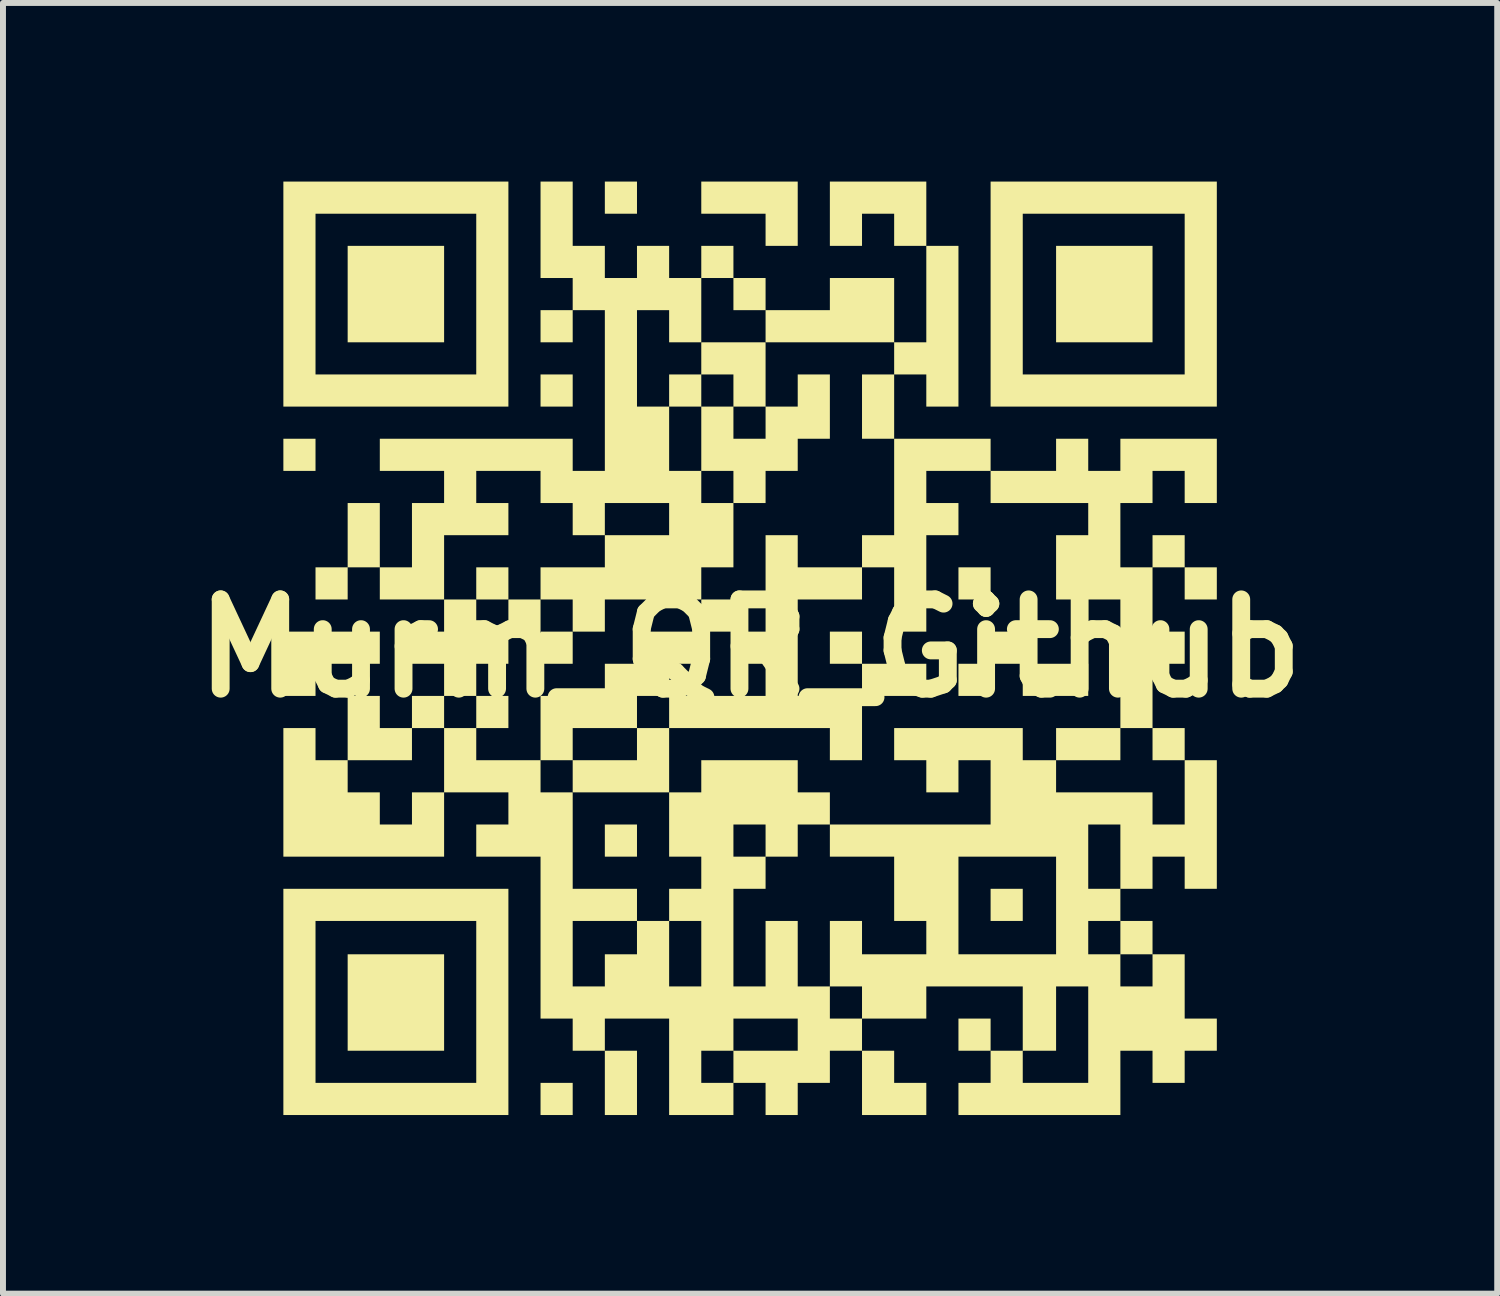
<source format=kicad_pcb>
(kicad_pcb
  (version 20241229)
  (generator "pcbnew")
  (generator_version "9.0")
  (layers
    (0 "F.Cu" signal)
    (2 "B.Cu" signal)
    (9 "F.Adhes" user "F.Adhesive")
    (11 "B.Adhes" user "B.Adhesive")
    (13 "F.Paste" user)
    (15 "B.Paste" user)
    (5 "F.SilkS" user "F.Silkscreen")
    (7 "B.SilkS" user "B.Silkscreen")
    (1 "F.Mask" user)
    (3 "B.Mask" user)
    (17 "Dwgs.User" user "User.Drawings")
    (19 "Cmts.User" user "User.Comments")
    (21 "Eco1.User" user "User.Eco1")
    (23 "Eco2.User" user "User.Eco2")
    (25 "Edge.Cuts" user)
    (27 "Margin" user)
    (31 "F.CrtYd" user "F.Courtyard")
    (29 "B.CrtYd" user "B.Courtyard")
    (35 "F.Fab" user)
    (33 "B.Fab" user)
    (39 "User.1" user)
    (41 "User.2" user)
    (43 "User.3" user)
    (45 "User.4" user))
  (footprint "Murm_QR_Github"
    (layer "F.Cu")
    (at 9.55 7.84)
    (property "Reference" "Murm_QR_Github" (at 0 0 0) (layer "F.SilkS") (effects (font (size 1.5 1.5) (thickness 0.3))))
    (attr board_only exclude_from_pos_files exclude_from_bom)
    (fp_poly (pts (xy -7.3 -3.25) (xy -7.3 -2.98) (xy -7.57 -2.98) (xy -7.84 -2.98) (xy -7.84 -3.25) (xy -7.84 -3.52) (xy -7.57 -3.52) (xy -7.3 -3.52)) (stroke (width 0) (type solid)) (fill yes) (layer "F.SilkS"))
    (fp_poly (pts (xy -5.14 -5.95) (xy -5.14 -5.14) (xy -5.95 -5.14) (xy -6.76 -5.14) (xy -6.76 -5.95) (xy -6.76 -6.76) (xy -5.95 -6.76) (xy -5.14 -6.76)) (stroke (width 0) (type solid)) (fill yes) (layer "F.SilkS"))
    (fp_poly (pts (xy -5.14 5.95) (xy -5.14 6.76) (xy -5.95 6.76) (xy -6.76 6.76) (xy -6.76 5.95) (xy -6.76 5.14) (xy -5.95 5.14) (xy -5.14 5.14)) (stroke (width 0) (type solid)) (fill yes) (layer "F.SilkS"))
    (fp_poly (pts (xy -4.06 -1.09) (xy -4.06 -0.82) (xy -4.33 -0.82) (xy -4.6 -0.82) (xy -4.6 -1.09) (xy -4.6 -1.36) (xy -4.33 -1.36) (xy -4.06 -1.36)) (stroke (width 0) (type solid)) (fill yes) (layer "F.SilkS"))
    (fp_poly (pts (xy -4.06 1.07) (xy -4.06 1.34) (xy -4.33 1.34) (xy -4.6 1.34) (xy -4.6 1.07) (xy -4.6 0.8) (xy -4.33 0.8) (xy -4.06 0.8)) (stroke (width 0) (type solid)) (fill yes) (layer "F.SilkS"))
    (fp_poly (pts (xy -3.52 -0.55) (xy -3.52 -0.28) (xy -3.79 -0.28) (xy -4.06 -0.28) (xy -4.06 -0.55) (xy -4.06 -0.82) (xy -3.79 -0.82) (xy -3.52 -0.82)) (stroke (width 0) (type solid)) (fill yes) (layer "F.SilkS"))
    (fp_poly (pts (xy -2.98 -4.33) (xy -2.98 -4.06) (xy -3.25 -4.06) (xy -3.52 -4.06) (xy -3.52 -4.33) (xy -3.52 -4.6) (xy -3.25 -4.6) (xy -2.98 -4.6)) (stroke (width 0) (type solid)) (fill yes) (layer "F.SilkS"))
    (fp_poly (pts (xy -2.98 -0.01) (xy -2.98 0.26) (xy -3.25 0.26) (xy -3.52 0.26) (xy -3.52 -0.01) (xy -3.52 -0.28) (xy -3.25 -0.28) (xy -2.98 -0.28)) (stroke (width 0) (type solid)) (fill yes) (layer "F.SilkS"))
    (fp_poly (pts (xy -2.98 7.57) (xy -2.98 7.84) (xy -3.25 7.84) (xy -3.52 7.84) (xy -3.52 7.57) (xy -3.52 7.3) (xy -3.25 7.3) (xy -2.98 7.3)) (stroke (width 0) (type solid)) (fill yes) (layer "F.SilkS"))
    (fp_poly (pts (xy -1.9 -7.57) (xy -1.9 -7.3) (xy -2.17 -7.3) (xy -2.44 -7.3) (xy -2.44 -7.57) (xy -2.44 -7.84) (xy -2.17 -7.84) (xy -1.9 -7.84)) (stroke (width 0) (type solid)) (fill yes) (layer "F.SilkS"))
    (fp_poly (pts (xy -1.9 3.23) (xy -1.9 3.5) (xy -2.17 3.5) (xy -2.44 3.5) (xy -2.44 3.23) (xy -2.44 2.96) (xy -2.17 2.96) (xy -1.9 2.96)) (stroke (width 0) (type solid)) (fill yes) (layer "F.SilkS"))
    (fp_poly (pts (xy -1.9 7.3) (xy -1.9 7.84) (xy -2.17 7.84) (xy -2.44 7.84) (xy -2.44 7.3) (xy -2.44 6.76) (xy -2.17 6.76) (xy -1.9 6.76)) (stroke (width 0) (type solid)) (fill yes) (layer "F.SilkS"))
    (fp_poly (pts (xy 1.88 -0.01) (xy 1.88 0.26) (xy 1.61 0.26) (xy 1.34 0.26) (xy 1.34 -0.01) (xy 1.34 -0.28) (xy 1.61 -0.28) (xy 1.88 -0.28)) (stroke (width 0) (type solid)) (fill yes) (layer "F.SilkS"))
    (fp_poly (pts (xy 4.04 -1.09) (xy 4.04 -0.82) (xy 3.77 -0.82) (xy 3.5 -0.82) (xy 3.5 -1.09) (xy 3.5 -1.36) (xy 3.77 -1.36) (xy 4.04 -1.36)) (stroke (width 0) (type solid)) (fill yes) (layer "F.SilkS"))
    (fp_poly (pts (xy 4.58 4.31) (xy 4.58 4.58) (xy 4.31 4.58) (xy 4.04 4.58) (xy 4.04 4.31) (xy 4.04 4.04) (xy 4.31 4.04) (xy 4.58 4.04)) (stroke (width 0) (type solid)) (fill yes) (layer "F.SilkS"))
    (fp_poly (pts (xy 5.68 0.53) (xy 5.68 0.8) (xy 5.13 0.8) (xy 4.58 0.8) (xy 4.58 0.53) (xy 4.58 0.26) (xy 5.13 0.26) (xy 5.68 0.26)) (stroke (width 0) (type solid)) (fill yes) (layer "F.SilkS"))
    (fp_poly (pts (xy 6.22 1.61) (xy 6.22 1.88) (xy 5.68 1.88) (xy 5.14 1.88) (xy 5.14 1.61) (xy 5.14 1.34) (xy 5.68 1.34) (xy 6.22 1.34)) (stroke (width 0) (type solid)) (fill yes) (layer "F.SilkS"))
    (fp_poly (pts (xy 6.76 -5.95) (xy 6.76 -5.14) (xy 5.95 -5.14) (xy 5.14 -5.14) (xy 5.14 -5.95) (xy 5.14 -6.76) (xy 5.95 -6.76) (xy 6.76 -6.76)) (stroke (width 0) (type solid)) (fill yes) (layer "F.SilkS"))
    (fp_poly (pts (xy 7.3 1.61) (xy 7.3 1.88) (xy 7.03 1.88) (xy 6.76 1.88) (xy 6.76 1.61) (xy 6.76 1.34) (xy 7.03 1.34) (xy 7.3 1.34)) (stroke (width 0) (type solid)) (fill yes) (layer "F.SilkS"))
    (fp_poly (pts (xy 7.84 -1.09) (xy 7.84 -0.82) (xy 7.57 -0.82) (xy 7.3 -0.82) (xy 7.3 -1.09) (xy 7.3 -1.36) (xy 7.57 -1.36) (xy 7.84 -1.36)) (stroke (width 0) (type solid)) (fill yes) (layer "F.SilkS"))
    (fp_poly (pts (xy -6.22 -0.01) (xy -6.22 0.26) (xy -6.76 0.26) (xy -7.3 0.26) (xy -7.3 0.53) (xy -7.3 0.8) (xy -7.57 0.8) (xy -7.84 0.8) (xy -7.84 0.26) (xy -7.84 -0.28) (xy -7.03 -0.28) (xy -6.22 -0.28)) (stroke (width 0) (type solid)) (fill yes) (layer "F.SilkS"))
    (fp_poly (pts (xy 0.8 -7.3) (xy 0.8 -6.76) (xy 0.53 -6.76) (xy 0.26 -6.76) (xy 0.26 -7.03) (xy 0.26 -7.3) (xy -0.28 -7.3) (xy -0.82 -7.3) (xy -0.82 -7.57) (xy -0.82 -7.84) (xy -0.01 -7.84) (xy 0.8 -7.84)) (stroke (width 0) (type solid)) (fill yes) (layer "F.SilkS"))
    (fp_poly (pts (xy 2.42 7.03) (xy 2.42 7.3) (xy 2.69 7.3) (xy 2.96 7.3) (xy 2.96 7.57) (xy 2.96 7.84) (xy 2.42 7.84) (xy 1.88 7.84) (xy 1.88 7.3) (xy 1.88 6.76) (xy 2.15 6.76) (xy 2.42 6.76)) (stroke (width 0) (type solid)) (fill yes) (layer "F.SilkS"))
    (fp_poly (pts (xy 2.96 -7.3) (xy 2.96 -6.76) (xy 2.69 -6.76) (xy 2.42 -6.76) (xy 2.42 -7.03) (xy 2.42 -7.3) (xy 2.15 -7.3) (xy 1.88 -7.3) (xy 1.88 -7.03) (xy 1.88 -6.76) (xy 1.61 -6.76) (xy 1.34 -6.76) (xy 1.34 -7.3) (xy 1.34 -7.84) (xy 2.15 -7.84) (xy 2.96 -7.84)) (stroke (width 0) (type solid)) (fill yes) (layer "F.SilkS"))
    (fp_poly (pts (xy 4.58 -0.01) (xy 4.58 0.26) (xy 4.31 0.26) (xy 4.04 0.26) (xy 4.04 0.53) (xy 4.04 0.8) (xy 3.77 0.8) (xy 3.5 0.8) (xy 3.5 0.53) (xy 3.5 0.26) (xy 3.77 0.26) (xy 4.04 0.26) (xy 4.04 -0.01) (xy 4.04 -0.28) (xy 4.31 -0.28) (xy 4.58 -0.28)) (stroke (width 0) (type solid)) (fill yes) (layer "F.SilkS"))
    (fp_poly (pts (xy -4.06 -5.95) (xy -4.06 -4.06) (xy -5.95 -4.06) (xy -7.84 -4.06) (xy -7.84 -5.95) (xy -7.3 -5.95) (xy -7.3 -4.6) (xy -5.95 -4.6) (xy -4.6 -4.6) (xy -4.6 -5.95) (xy -4.6 -7.3) (xy -5.95 -7.3) (xy -7.3 -7.3) (xy -7.3 -5.95) (xy -7.84 -5.95) (xy -7.84 -7.84) (xy -5.95 -7.84) (xy -4.06 -7.84)) (stroke (width 0) (type solid)) (fill yes) (layer "F.SilkS"))
    (fp_poly (pts (xy -4.06 5.94) (xy -4.06 7.84) (xy -5.95 7.84) (xy -7.84 7.84) (xy -7.84 5.94) (xy -7.3 5.94) (xy -7.3 7.3) (xy -5.95 7.3) (xy -4.6 7.3) (xy -4.6 5.94) (xy -4.6 4.58) (xy -5.95 4.58) (xy -7.3 4.58) (xy -7.3 5.94) (xy -7.84 5.94) (xy -7.84 4.04) (xy -5.95 4.04) (xy -4.06 4.04)) (stroke (width 0) (type solid)) (fill yes) (layer "F.SilkS"))
    (fp_poly (pts (xy 7.84 -5.95) (xy 7.84 -4.06) (xy 5.94 -4.06) (xy 4.04 -4.06) (xy 4.04 -5.95) (xy 4.58 -5.95) (xy 4.58 -4.6) (xy 5.94 -4.6) (xy 7.3 -4.6) (xy 7.3 -5.95) (xy 7.3 -7.3) (xy 5.94 -7.3) (xy 4.58 -7.3) (xy 4.58 -5.95) (xy 4.04 -5.95) (xy 4.04 -7.84) (xy 5.94 -7.84) (xy 7.84 -7.84)) (stroke (width 0) (type solid)) (fill yes) (layer "F.SilkS"))
    (fp_poly (pts (xy 3.5 -5.41) (xy 3.5 -4.06) (xy 3.23 -4.06) (xy 2.96 -4.06) (xy 2.96 -4.33) (xy 2.96 -4.6) (xy 2.69 -4.6) (xy 2.42 -4.6) (xy 2.42 -4.06) (xy 2.42 -3.52) (xy 2.15 -3.52) (xy 1.88 -3.52) (xy 1.88 -4.06) (xy 1.88 -4.6) (xy 2.15 -4.6) (xy 2.42 -4.6) (xy 2.42 -4.87) (xy 2.42 -5.14) (xy 1.34 -5.14) (xy 0.26 -5.14) (xy 0.26 -5.41) (xy 0.26 -5.68) (xy -0.01 -5.68) (xy -0.28 -5.68) (xy -0.28 -5.95) (xy -0.28 -6.22) (xy -0.01 -6.22) (xy 0.26 -6.22) (xy 0.26 -5.95) (xy 0.26 -5.68) (xy 0.8 -5.68) (xy 1.34 -5.68) (xy 1.34 -5.95) (xy 1.34 -6.22) (xy 1.88 -6.22) (xy 2.42 -6.22) (xy 2.42 -5.68) (xy 2.42 -5.14) (xy 2.69 -5.14) (xy 2.96 -5.14) (xy 2.96 -5.95) (xy 2.96 -6.76) (xy 3.23 -6.76) (xy 3.5 -6.76)) (stroke (width 0) (type solid)) (fill yes) (layer "F.SilkS"))
    (fp_poly (pts (xy 0.26 -4.6) (xy 0.26 -4.06) (xy 0.53 -4.06) (xy 0.8 -4.06) (xy 0.8 -4.33) (xy 0.8 -4.6) (xy 1.07 -4.6) (xy 1.34 -4.6) (xy 1.34 -4.06) (xy 1.34 -3.52) (xy 1.07 -3.52) (xy 0.8 -3.52) (xy 0.8 -3.25) (xy 0.8 -2.98) (xy 0.53 -2.98) (xy 0.26 -2.98) (xy 0.26 -2.71) (xy 0.26 -2.44) (xy -0.01 -2.44) (xy -0.28 -2.44) (xy -0.28 -2.71) (xy -0.28 -2.98) (xy -0.55 -2.98) (xy -0.82 -2.98) (xy -0.82 -3.52) (xy -0.82 -3.79) (xy -0.28 -3.79) (xy -0.28 -3.52) (xy -0.01 -3.52) (xy 0.26 -3.52) (xy 0.26 -3.79) (xy 0.26 -4.06) (xy -0.01 -4.06) (xy -0.28 -4.06) (xy -0.28 -3.79) (xy -0.82 -3.79) (xy -0.82 -4.06) (xy -1.09 -4.06) (xy -1.36 -4.06) (xy -1.36 -4.33) (xy -0.82 -4.33) (xy -0.82 -4.06) (xy -0.55 -4.06) (xy -0.28 -4.06) (xy -0.28 -4.33) (xy -0.28 -4.6) (xy -0.55 -4.6) (xy -0.82 -4.6) (xy -0.82 -4.33) (xy -1.36 -4.33) (xy -1.36 -4.6) (xy -1.09 -4.6) (xy -0.82 -4.6) (xy -0.82 -4.87) (xy -0.82 -5.14) (xy -0.28 -5.14) (xy 0.26 -5.14)) (stroke (width 0) (type solid)) (fill yes) (layer "F.SilkS"))
    (fp_poly (pts (xy 4.04 -3.25) (xy 4.04 -2.98) (xy 4.59 -2.98) (xy 5.14 -2.98) (xy 5.14 -3.25) (xy 5.14 -3.52) (xy 5.41 -3.52) (xy 5.68 -3.52) (xy 5.68 -3.25) (xy 5.68 -2.98) (xy 5.95 -2.98) (xy 6.22 -2.98) (xy 6.22 -3.25) (xy 6.22 -3.52) (xy 7.03 -3.52) (xy 7.84 -3.52) (xy 7.84 -2.98) (xy 7.84 -2.44) (xy 7.57 -2.44) (xy 7.3 -2.44) (xy 7.3 -2.71) (xy 7.3 -2.98) (xy 7.03 -2.98) (xy 6.76 -2.98) (xy 6.76 -2.71) (xy 6.76 -2.44) (xy 6.49 -2.44) (xy 6.22 -2.44) (xy 6.22 -1.9) (xy 6.22 -1.36) (xy 6.49 -1.36) (xy 6.76 -1.36) (xy 6.76 -1.63) (xy 6.76 -1.9) (xy 7.03 -1.9) (xy 7.3 -1.9) (xy 7.3 -1.63) (xy 7.3 -1.36) (xy 7.03 -1.36) (xy 6.76 -1.36) (xy 6.76 -0.82) (xy 6.76 -0.28) (xy 7.03 -0.28) (xy 7.3 -0.28) (xy 7.3 -0.01) (xy 7.3 0.26) (xy 7.03 0.26) (xy 6.76 0.26) (xy 6.76 0.8) (xy 6.76 1.34) (xy 6.49 1.34) (xy 6.22 1.34) (xy 6.22 0.26) (xy 6.22 -0.82) (xy 5.68 -0.82) (xy 5.14 -0.82) (xy 5.14 -1.36) (xy 5.14 -1.9) (xy 5.41 -1.9) (xy 5.68 -1.9) (xy 5.68 -2.17) (xy 5.68 -2.44) (xy 4.86 -2.44) (xy 4.04 -2.44) (xy 4.04 -2.71) (xy 4.04 -2.98) (xy 3.5 -2.98) (xy 2.96 -2.98) (xy 2.96 -2.71) (xy 2.96 -2.44) (xy 3.23 -2.44) (xy 3.5 -2.44) (xy 3.5 -2.17) (xy 3.5 -1.9) (xy 3.23 -1.9) (xy 2.96 -1.9) (xy 2.96 -1.09) (xy 2.96 -0.28) (xy 2.69 -0.28) (xy 2.42 -0.28) (xy 2.42 -0.82) (xy 2.42 -1.36) (xy 2.15 -1.36) (xy 1.88 -1.36) (xy 1.88 -1.63) (xy 1.88 -1.9) (xy 2.15 -1.9) (xy 2.42 -1.9) (xy 2.42 -2.71) (xy 2.42 -3.52) (xy 3.23 -3.52) (xy 4.04 -3.52)) (stroke (width 0) (type solid)) (fill yes) (layer "F.SilkS"))
    (fp_poly (pts (xy 0.8 -1.63) (xy 0.8 -1.36) (xy 1.34 -1.36) (xy 1.88 -1.36) (xy 1.88 -1.09) (xy 1.88 -0.82) (xy 1.34 -0.82) (xy 0.8 -0.82) (xy 0.8 -0.01) (xy 0.8 0.8) (xy 1.34 0.8) (xy 1.88 0.8) (xy 1.88 0.53) (xy 1.88 0.26) (xy 2.42 0.26) (xy 2.96 0.26) (xy 2.96 0.53) (xy 2.96 0.8) (xy 2.42 0.8) (xy 1.88 0.8) (xy 1.88 1.34) (xy 1.88 1.88) (xy 1.61 1.88) (xy 1.34 1.88) (xy 1.34 1.61) (xy 1.34 1.34) (xy -0.01 1.34) (xy -1.36 1.34) (xy -1.36 1.88) (xy -1.36 2.42) (xy -2.17 2.42) (xy -2.98 2.42) (xy -2.98 2.15) (xy -2.98 1.88) (xy -3.25 1.88) (xy -3.52 1.88) (xy -3.52 1.34) (xy -2.98 1.34) (xy -2.98 1.61) (xy -2.98 1.88) (xy -2.44 1.88) (xy -1.9 1.88) (xy -1.9 1.61) (xy -1.9 1.34) (xy -1.63 1.34) (xy -1.36 1.34) (xy -1.36 1.07) (xy -1.36 0.8) (xy -0.55 0.8) (xy 0.26 0.8) (xy 0.26 0.53) (xy 0.26 0.26) (xy -0.01 0.26) (xy -0.28 0.26) (xy -0.28 -0.01) (xy -0.28 -0.28) (xy -0.55 -0.28) (xy -0.82 -0.28) (xy -0.82 -0.01) (xy -0.82 0.26) (xy -1.09 0.26) (xy -1.36 0.26) (xy -1.36 0.53) (xy -1.36 0.8) (xy -1.63 0.8) (xy -1.9 0.8) (xy -1.9 1.07) (xy -1.9 1.34) (xy -2.44 1.34) (xy -2.98 1.34) (xy -3.52 1.34) (xy -3.52 0.8) (xy -2.98 0.8) (xy -2.44 0.8) (xy -2.44 0.53) (xy -2.44 0.26) (xy -2.17 0.26) (xy -1.9 0.26) (xy -1.9 -0.01) (xy -1.9 -0.28) (xy -1.36 -0.28) (xy -0.82 -0.28) (xy -0.82 -0.55) (xy -0.82 -0.82) (xy -0.55 -0.82) (xy -0.28 -0.82) (xy -0.28 -0.55) (xy -0.28 -0.28) (xy -0.01 -0.28) (xy 0.26 -0.28) (xy 0.26 -1.09) (xy 0.26 -1.9) (xy 0.53 -1.9) (xy 0.8 -1.9)) (stroke (width 0) (type solid)) (fill yes) (layer "F.SilkS"))
    (fp_poly (pts (xy -2.98 -7.3) (xy -2.98 -6.76) (xy -2.71 -6.76) (xy -2.44 -6.76) (xy -2.44 -6.49) (xy -2.44 -6.22) (xy -2.17 -6.22) (xy -1.9 -6.22) (xy -1.9 -6.49) (xy -1.9 -6.76) (xy -1.63 -6.76) (xy -1.36 -6.76) (xy -1.36 -6.49) (xy -1.36 -6.22) (xy -1.09 -6.22) (xy -0.82 -6.22) (xy -0.82 -6.49) (xy -0.82 -6.76) (xy -0.55 -6.76) (xy -0.28 -6.76) (xy -0.28 -6.49) (xy -0.28 -6.22) (xy -0.55 -6.22) (xy -0.82 -6.22) (xy -0.82 -5.68) (xy -0.82 -5.14) (xy -1.09 -5.14) (xy -1.36 -5.14) (xy -1.36 -5.41) (xy -1.36 -5.68) (xy -1.63 -5.68) (xy -1.9 -5.68) (xy -1.9 -4.87) (xy -1.9 -4.06) (xy -1.63 -4.06) (xy -1.36 -4.06) (xy -1.36 -3.52) (xy -1.36 -2.98) (xy -1.09 -2.98) (xy -0.82 -2.98) (xy -0.82 -2.71) (xy -0.82 -2.44) (xy -0.55 -2.44) (xy -0.28 -2.44) (xy -0.28 -1.9) (xy -0.28 -1.36) (xy -0.55 -1.36) (xy -0.82 -1.36) (xy -0.82 -1.09) (xy -0.82 -0.82) (xy -1.63 -0.82) (xy -2.44 -0.82) (xy -2.44 -0.55) (xy -2.44 -0.28) (xy -2.71 -0.28) (xy -2.98 -0.28) (xy -2.98 -0.55) (xy -2.98 -0.82) (xy -3.25 -0.82) (xy -3.52 -0.82) (xy -3.52 -1.09) (xy -3.52 -1.36) (xy -2.98 -1.36) (xy -2.44 -1.36) (xy -2.44 -1.63) (xy -2.44 -1.9) (xy -1.9 -1.9) (xy -1.36 -1.9) (xy -1.36 -2.17) (xy -1.36 -2.44) (xy -1.9 -2.44) (xy -2.44 -2.44) (xy -2.44 -2.17) (xy -2.44 -1.9) (xy -2.71 -1.9) (xy -2.98 -1.9) (xy -2.98 -2.17) (xy -2.98 -2.44) (xy -3.25 -2.44) (xy -3.52 -2.44) (xy -3.52 -2.71) (xy -3.52 -2.98) (xy -4.06 -2.98) (xy -4.6 -2.98) (xy -4.6 -2.71) (xy -4.6 -2.44) (xy -4.33 -2.44) (xy -4.06 -2.44) (xy -4.06 -2.17) (xy -4.06 -1.9) (xy -4.6 -1.9) (xy -5.14 -1.9) (xy -5.14 -1.36) (xy -5.14 -0.82) (xy -5.68 -0.82) (xy -6.22 -0.82) (xy -6.22 -1.09) (xy -6.22 -1.36) (xy -6.49 -1.36) (xy -6.76 -1.36) (xy -6.76 -1.09) (xy -6.76 -0.82) (xy -7.03 -0.82) (xy -7.3 -0.82) (xy -7.3 -1.09) (xy -7.3 -1.36) (xy -7.03 -1.36) (xy -6.76 -1.36) (xy -6.76 -1.9) (xy -6.76 -2.44) (xy -6.49 -2.44) (xy -6.22 -2.44) (xy -6.22 -1.9) (xy -6.22 -1.36) (xy -5.95 -1.36) (xy -5.68 -1.36) (xy -5.68 -1.9) (xy -5.68 -2.44) (xy -5.41 -2.44) (xy -5.14 -2.44) (xy -5.14 -2.71) (xy -5.14 -2.98) (xy -5.68 -2.98) (xy -6.22 -2.98) (xy -6.22 -3.25) (xy -6.22 -3.52) (xy -4.6 -3.52) (xy -2.98 -3.52) (xy -2.98 -3.25) (xy -2.98 -2.98) (xy -2.71 -2.98) (xy -2.44 -2.98) (xy -2.44 -4.33) (xy -2.44 -5.68) (xy -2.71 -5.68) (xy -2.98 -5.68) (xy -2.98 -5.41) (xy -2.98 -5.14) (xy -3.25 -5.14) (xy -3.52 -5.14) (xy -3.52 -5.41) (xy -3.52 -5.68) (xy -3.25 -5.68) (xy -2.98 -5.68) (xy -2.98 -5.95) (xy -2.98 -6.22) (xy -3.25 -6.22) (xy -3.52 -6.22) (xy -3.52 -7.03) (xy -3.52 -7.84) (xy -3.25 -7.84) (xy -2.98 -7.84)) (stroke (width 0) (type solid)) (fill yes) (layer "F.SilkS"))
    (fp_poly (pts (xy -4.6 -0.55) (xy -4.6 -0.28) (xy -4.33 -0.28) (xy -4.06 -0.28) (xy -4.06 -0.01) (xy -4.06 0.26) (xy -4.33 0.26) (xy -4.6 0.26) (xy -4.6 0.53) (xy -4.6 0.8) (xy -4.87 0.8) (xy -5.14 0.8) (xy -5.14 1.07) (xy -5.14 1.34) (xy -5.41 1.34) (xy -5.68 1.34) (xy -5.68 1.61) (xy -5.68 1.88) (xy -6.22 1.88) (xy -6.76 1.88) (xy -6.76 2.15) (xy -6.76 2.42) (xy -6.49 2.42) (xy -6.22 2.42) (xy -6.22 2.69) (xy -6.22 2.96) (xy -5.95 2.96) (xy -5.68 2.96) (xy -5.68 2.69) (xy -5.68 2.42) (xy -5.41 2.42) (xy -5.14 2.42) (xy -5.14 1.88) (xy -5.14 1.34) (xy -4.87 1.34) (xy -4.6 1.34) (xy -4.6 1.61) (xy -4.6 1.88) (xy -4.06 1.88) (xy -3.52 1.88) (xy -3.52 2.15) (xy -3.52 2.42) (xy -3.25 2.42) (xy -2.98 2.42) (xy -2.98 3.23) (xy -2.98 4.04) (xy -2.44 4.04) (xy -1.9 4.04) (xy -1.9 4.31) (xy -1.9 4.58) (xy -2.44 4.58) (xy -2.98 4.58) (xy -2.98 5.13) (xy -2.98 5.68) (xy -2.71 5.68) (xy -2.44 5.68) (xy -2.44 5.41) (xy -2.44 5.14) (xy -2.17 5.14) (xy -1.9 5.14) (xy -1.9 5.13) (xy -1.36 5.13) (xy -1.36 5.68) (xy -1.09 5.68) (xy -0.82 5.68) (xy -0.82 5.13) (xy -0.82 4.58) (xy -1.09 4.58) (xy -1.36 4.58) (xy -1.36 5.13) (xy -1.9 5.13) (xy -1.9 4.86) (xy -1.9 4.58) (xy -1.63 4.58) (xy -1.36 4.58) (xy -1.36 4.31) (xy -1.36 4.04) (xy -1.09 4.04) (xy -0.82 4.04) (xy -0.82 3.77) (xy -0.82 3.5) (xy -1.09 3.5) (xy -1.36 3.5) (xy -1.36 2.96) (xy -1.36 2.42) (xy -1.09 2.42) (xy -0.82 2.42) (xy -0.82 2.15) (xy -0.82 1.88) (xy -0.01 1.88) (xy 0.8 1.88) (xy 0.8 2.15) (xy 0.8 2.42) (xy 1.07 2.42) (xy 1.34 2.42) (xy 1.34 2.69) (xy 1.34 2.96) (xy 1.07 2.96) (xy 0.8 2.96) (xy 0.8 3.23) (xy 0.8 3.5) (xy 0.53 3.5) (xy 0.26 3.5) (xy 0.26 3.23) (xy 0.26 2.96) (xy -0.01 2.96) (xy -0.28 2.96) (xy -0.28 3.23) (xy -0.28 3.5) (xy -0.01 3.5) (xy 0.26 3.5) (xy 0.26 3.77) (xy 0.26 4.04) (xy -0.01 4.04) (xy -0.28 4.04) (xy -0.28 4.86) (xy -0.28 5.68) (xy -0.01 5.68) (xy 0.26 5.68) (xy 0.26 5.13) (xy 0.26 4.58) (xy 0.53 4.58) (xy 0.8 4.58) (xy 0.8 5.13) (xy 0.8 5.68) (xy 1.07 5.68) (xy 1.34 5.68) (xy 1.34 5.13) (xy 1.34 4.58) (xy 1.61 4.58) (xy 1.88 4.58) (xy 1.88 4.86) (xy 1.88 5.14) (xy 2.42 5.14) (xy 2.96 5.14) (xy 2.96 4.86) (xy 2.96 4.58) (xy 2.69 4.58) (xy 2.42 4.58) (xy 2.42 4.32) (xy 3.5 4.32) (xy 3.5 5.14) (xy 4.32 5.14) (xy 5.14 5.14) (xy 5.14 4.32) (xy 5.14 3.5) (xy 5.68 3.5) (xy 5.68 4.04) (xy 5.95 4.04) (xy 6.22 4.04) (xy 6.22 3.5) (xy 6.22 2.96) (xy 5.95 2.96) (xy 5.68 2.96) (xy 5.68 3.5) (xy 5.14 3.5) (xy 4.32 3.5) (xy 3.5 3.5) (xy 3.5 4.32) (xy 2.42 4.32) (xy 2.42 4.04) (xy 2.42 3.5) (xy 1.88 3.5) (xy 1.34 3.5) (xy 1.34 3.23) (xy 1.34 2.96) (xy 2.69 2.96) (xy 4.04 2.96) (xy 4.04 2.42) (xy 4.04 1.88) (xy 3.77 1.88) (xy 3.5 1.88) (xy 3.5 2.15) (xy 3.5 2.42) (xy 3.23 2.42) (xy 2.96 2.42) (xy 2.96 2.15) (xy 2.96 1.88) (xy 2.69 1.88) (xy 2.42 1.88) (xy 2.42 1.61) (xy 2.42 1.34) (xy 3.5 1.34) (xy 4.58 1.34) (xy 4.58 1.61) (xy 4.58 1.88) (xy 4.86 1.88) (xy 5.14 1.88) (xy 5.14 2.15) (xy 5.14 2.42) (xy 5.95 2.42) (xy 6.76 2.42) (xy 6.76 2.69) (xy 6.76 2.96) (xy 7.03 2.96) (xy 7.3 2.96) (xy 7.3 2.42) (xy 7.3 1.88) (xy 7.57 1.88) (xy 7.84 1.88) (xy 7.84 2.96) (xy 7.84 4.04) (xy 7.57 4.04) (xy 7.3 4.04) (xy 7.3 3.77) (xy 7.3 3.5) (xy 7.03 3.5) (xy 6.76 3.5) (xy 6.76 3.77) (xy 6.76 4.04) (xy 6.49 4.04) (xy 6.22 4.04) (xy 6.22 4.31) (xy 6.22 4.58) (xy 5.95 4.58) (xy 5.68 4.58) (xy 5.68 4.86) (xy 5.68 5.14) (xy 5.95 5.14) (xy 6.22 5.14) (xy 6.22 4.86) (xy 6.22 4.58) (xy 6.49 4.58) (xy 6.76 4.58) (xy 6.76 4.86) (xy 6.76 5.14) (xy 6.49 5.14) (xy 6.22 5.14) (xy 6.22 5.41) (xy 6.22 5.68) (xy 6.49 5.68) (xy 6.76 5.68) (xy 6.76 5.41) (xy 6.76 5.14) (xy 7.03 5.14) (xy 7.3 5.14) (xy 7.3 5.68) (xy 7.3 6.22) (xy 7.57 6.22) (xy 7.84 6.22) (xy 7.84 6.49) (xy 7.84 6.76) (xy 7.57 6.76) (xy 7.3 6.76) (xy 7.3 7.03) (xy 7.3 7.3) (xy 7.03 7.3) (xy 6.76 7.3) (xy 6.76 7.03) (xy 6.76 6.76) (xy 6.49 6.76) (xy 6.22 6.76) (xy 6.22 7.3) (xy 6.22 7.84) (xy 4.86 7.84) (xy 3.5 7.84) (xy 3.5 7.57) (xy 3.5 7.3) (xy 3.77 7.3) (xy 4.04 7.3) (xy 4.04 7.03) (xy 4.04 6.76) (xy 3.77 6.76) (xy 3.5 6.76) (xy 3.5 6.49) (xy 3.5 6.22) (xy 3.77 6.22) (xy 4.04 6.22) (xy 4.04 6.49) (xy 4.04 6.76) (xy 4.31 6.76) (xy 4.58 6.76) (xy 4.58 7.03) (xy 4.58 7.3) (xy 5.13 7.3) (xy 5.68 7.3) (xy 5.68 6.49) (xy 5.68 5.68) (xy 5.41 5.68) (xy 5.14 5.68) (xy 5.14 6.22) (xy 5.14 6.76) (xy 4.86 6.76) (xy 4.58 6.76) (xy 4.58 6.22) (xy 4.58 5.68) (xy 3.77 5.68) (xy 2.96 5.68) (xy 2.96 5.95) (xy 2.96 6.22) (xy 2.42 6.22) (xy 1.88 6.22) (xy 1.88 6.49) (xy 1.88 6.76) (xy 1.61 6.76) (xy 1.34 6.76) (xy 1.34 7.03) (xy 1.34 7.3) (xy 1.07 7.3) (xy 0.8 7.3) (xy 0.8 7.57) (xy 0.8 7.84) (xy 0.53 7.84) (xy 0.26 7.84) (xy 0.26 7.57) (xy 0.26 7.3) (xy -0.01 7.3) (xy -0.28 7.3) (xy -0.28 7.57) (xy -0.28 7.84) (xy -0.82 7.84) (xy -1.36 7.84) (xy -1.36 7.03) (xy -1.36 6.76) (xy -0.82 6.76) (xy -0.82 7.03) (xy -0.82 7.3) (xy -0.55 7.3) (xy -0.28 7.3) (xy -0.28 7.03) (xy -0.28 6.76) (xy 0.26 6.76) (xy 0.8 6.76) (xy 0.8 6.49) (xy 0.8 6.22) (xy 0.26 6.22) (xy -0.28 6.22) (xy -0.28 6.49) (xy -0.28 6.76) (xy -0.55 6.76) (xy -0.82 6.76) (xy -1.36 6.76) (xy -1.36 6.22) (xy -1.9 6.22) (xy -2.44 6.22) (xy -2.44 6.49) (xy -2.44 6.76) (xy -2.71 6.76) (xy -2.98 6.76) (xy -2.98 6.49) (xy -2.98 6.22) (xy -3.25 6.22) (xy -3.52 6.22) (xy -3.52 5.95) (xy 1.34 5.95) (xy 1.34 6.22) (xy 1.61 6.22) (xy 1.88 6.22) (xy 1.88 5.95) (xy 1.88 5.68) (xy 1.61 5.68) (xy 1.34 5.68) (xy 1.34 5.95) (xy -3.52 5.95) (xy -3.52 4.86) (xy -3.52 3.5) (xy -4.06 3.5) (xy -4.6 3.5) (xy -4.6 3.23) (xy -4.6 2.96) (xy -4.33 2.96) (xy -4.06 2.96) (xy -4.06 2.69) (xy -4.06 2.42) (xy -4.6 2.42) (xy -5.14 2.42) (xy -5.14 2.96) (xy -5.14 3.5) (xy -6.49 3.5) (xy -7.84 3.5) (xy -7.84 2.42) (xy -7.84 1.34) (xy -7.57 1.34) (xy -7.3 1.34) (xy -7.3 1.61) (xy -7.3 1.88) (xy -7.03 1.88) (xy -6.76 1.88) (xy -6.76 1.34) (xy -6.76 0.8) (xy -6.49 0.8) (xy -6.22 0.8) (xy -6.22 1.07) (xy -6.22 1.34) (xy -5.95 1.34) (xy -5.68 1.34) (xy -5.68 1.07) (xy -5.68 0.8) (xy -5.41 0.8) (xy -5.14 0.8) (xy -5.14 0.53) (xy -5.14 0.26) (xy -5.41 0.26) (xy -5.68 0.26) (xy -5.68 -0.01) (xy -5.68 -0.28) (xy -5.41 -0.28) (xy -5.14 -0.28) (xy -5.14 -0.55) (xy -5.14 -0.82) (xy -4.87 -0.82) (xy -4.6 -0.82)) (stroke (width 0) (type solid)) (fill yes) (layer "F.SilkS")))
  (gr_rect
    (start -3 -3)
    (end 22.1 18.68)
    (stroke (width 0.1) (type default))
    (fill no)
    (layer "Edge.Cuts")))
</source>
